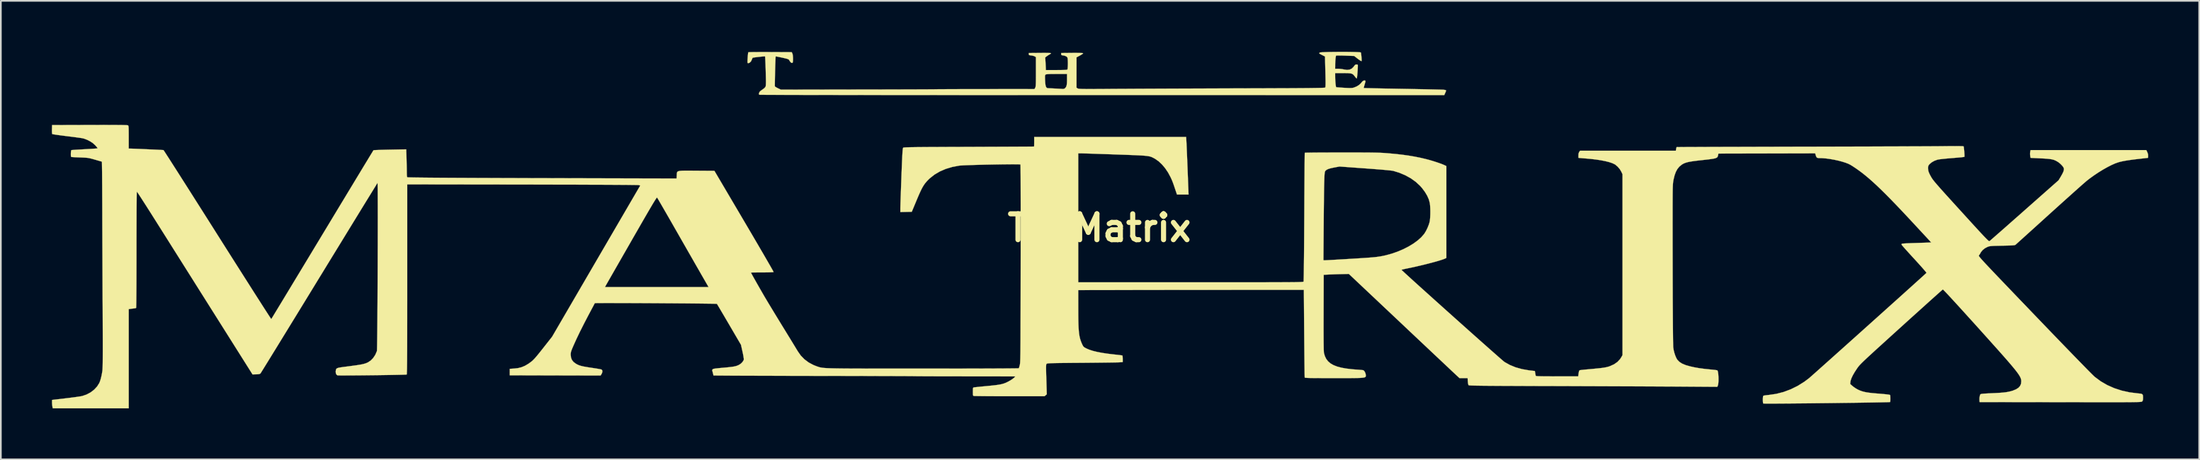
<source format=kicad_pcb>
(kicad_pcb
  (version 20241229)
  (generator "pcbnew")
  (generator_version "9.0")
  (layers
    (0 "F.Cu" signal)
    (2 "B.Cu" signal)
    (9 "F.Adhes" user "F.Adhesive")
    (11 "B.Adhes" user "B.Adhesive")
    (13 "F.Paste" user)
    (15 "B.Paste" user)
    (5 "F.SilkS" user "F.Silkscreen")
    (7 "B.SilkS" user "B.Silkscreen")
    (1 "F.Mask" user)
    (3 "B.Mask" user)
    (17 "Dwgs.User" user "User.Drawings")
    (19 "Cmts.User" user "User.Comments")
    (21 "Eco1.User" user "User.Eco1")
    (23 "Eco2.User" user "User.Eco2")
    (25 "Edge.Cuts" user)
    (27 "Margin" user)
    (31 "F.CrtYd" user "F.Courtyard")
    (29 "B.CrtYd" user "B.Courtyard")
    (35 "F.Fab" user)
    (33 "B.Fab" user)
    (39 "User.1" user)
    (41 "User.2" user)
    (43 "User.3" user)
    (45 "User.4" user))
  (footprint "TheMatrix"
    (layer "F.Cu")
    (at 61.621 10.372)
    (property "Reference" "TheMatrix" (at 0 0 0) (layer "F.SilkS") (effects (font (size 1.524 1.524) (thickness 0.3))))
    (attr through_hole)
    (fp_poly (pts (xy 14.56 -10.366) (xy 14.759 -10.364) (xy 14.94 -10.36) (xy 15.098 -10.356) (xy 15.227 -10.351) (xy 15.32 -10.344) (xy 15.372 -10.336) (xy 15.38 -10.331) (xy 15.391 -10.283) (xy 15.402 -10.204) (xy 15.412 -10.107) (xy 15.42 -10.007) (xy 15.425 -9.918) (xy 15.425 -9.851) (xy 15.42 -9.823) (xy 15.394 -9.83) (xy 15.337 -9.862) (xy 15.26 -9.916) (xy 15.194 -9.965) (xy 14.987 -10.127) (xy 14.464 -10.146) (xy 14.306 -10.151) (xy 14.165 -10.153) (xy 14.05 -10.154) (xy 13.969 -10.153) (xy 13.928 -10.15) (xy 13.925 -10.149) (xy 13.91 -10.11) (xy 13.897 -10.031) (xy 13.885 -9.922) (xy 13.876 -9.791) (xy 13.871 -9.65) (xy 13.871 -9.608) (xy 13.868 -9.373) (xy 14.04 -9.373) (xy 14.16 -9.367) (xy 14.294 -9.35) (xy 14.391 -9.331) (xy 14.569 -9.306) (xy 14.719 -9.323) (xy 14.845 -9.382) (xy 14.951 -9.486) (xy 14.984 -9.532) (xy 15.036 -9.597) (xy 15.088 -9.624) (xy 15.116 -9.627) (xy 15.171 -9.62) (xy 15.198 -9.607) (xy 15.202 -9.574) (xy 15.201 -9.501) (xy 15.197 -9.401) (xy 15.191 -9.282) (xy 15.182 -9.158) (xy 15.172 -9.037) (xy 15.162 -8.932) (xy 15.152 -8.853) (xy 15.144 -8.811) (xy 15.142 -8.807) (xy 15.118 -8.815) (xy 15.076 -8.856) (xy 15.038 -8.905) (xy 14.985 -8.975) (xy 14.937 -9.028) (xy 14.883 -9.066) (xy 14.818 -9.092) (xy 14.732 -9.107) (xy 14.617 -9.115) (xy 14.465 -9.118) (xy 14.332 -9.119) (xy 13.868 -9.119) (xy 13.869 -8.884) (xy 13.872 -8.765) (xy 13.879 -8.639) (xy 13.889 -8.517) (xy 13.9 -8.412) (xy 13.913 -8.333) (xy 13.925 -8.292) (xy 13.926 -8.29) (xy 13.954 -8.285) (xy 14.025 -8.278) (xy 14.129 -8.27) (xy 14.259 -8.261) (xy 14.388 -8.253) (xy 14.559 -8.244) (xy 14.689 -8.239) (xy 14.786 -8.239) (xy 14.861 -8.244) (xy 14.921 -8.253) (xy 14.969 -8.266) (xy 15.127 -8.329) (xy 15.27 -8.417) (xy 15.382 -8.521) (xy 15.411 -8.559) (xy 15.486 -8.643) (xy 15.564 -8.683) (xy 15.632 -8.678) (xy 15.648 -8.664) (xy 15.65 -8.632) (xy 15.638 -8.572) (xy 15.61 -8.475) (xy 15.605 -8.457) (xy 15.577 -8.362) (xy 15.558 -8.288) (xy 15.55 -8.246) (xy 15.551 -8.24) (xy 15.577 -8.238) (xy 15.651 -8.236) (xy 15.768 -8.232) (xy 15.925 -8.229) (xy 16.118 -8.224) (xy 16.344 -8.219) (xy 16.6 -8.214) (xy 16.88 -8.208) (xy 17.183 -8.203) (xy 17.504 -8.197) (xy 17.84 -8.191) (xy 17.845 -8.191) (xy 18.185 -8.185) (xy 18.512 -8.178) (xy 18.823 -8.172) (xy 19.114 -8.167) (xy 19.381 -8.161) (xy 19.62 -8.156) (xy 19.827 -8.151) (xy 19.999 -8.147) (xy 20.132 -8.143) (xy 20.222 -8.14) (xy 20.263 -8.137) (xy 20.337 -8.125) (xy 20.386 -8.108) (xy 20.396 -8.096) (xy 20.386 -8.058) (xy 20.361 -7.993) (xy 20.341 -7.946) (xy 20.286 -7.823) (xy 0.154 -7.824) (xy -0.856 -7.824) (xy -1.853 -7.824) (xy -2.837 -7.824) (xy -3.806 -7.824) (xy -4.759 -7.824) (xy -5.694 -7.825) (xy -6.611 -7.825) (xy -7.509 -7.825) (xy -8.385 -7.826) (xy -9.24 -7.826) (xy -10.071 -7.827) (xy -10.878 -7.827) (xy -11.658 -7.828) (xy -12.412 -7.828) (xy -13.138 -7.829) (xy -13.835 -7.829) (xy -14.5 -7.83) (xy -15.134 -7.831) (xy -15.735 -7.832) (xy -16.302 -7.832) (xy -16.834 -7.833) (xy -17.328 -7.834) (xy -17.785 -7.835) (xy -18.203 -7.836) (xy -18.581 -7.837) (xy -18.917 -7.837) (xy -19.21 -7.838) (xy -19.46 -7.839) (xy -19.664 -7.84) (xy -19.822 -7.841) (xy -19.933 -7.842) (xy -19.995 -7.843) (xy -20.008 -7.844) (xy -20.029 -7.884) (xy -20.021 -7.946) (xy -19.988 -8.012) (xy -19.972 -8.033) (xy -19.925 -8.074) (xy -19.854 -8.128) (xy -19.797 -8.166) (xy -19.713 -8.23) (xy -19.653 -8.297) (xy -19.637 -8.325) (xy -19.628 -8.358) (xy -19.622 -8.411) (xy -19.618 -8.489) (xy -19.616 -8.597) (xy -19.617 -8.739) (xy -19.621 -8.921) (xy -19.626 -9.146) (xy -19.629 -9.244) (xy -19.635 -9.445) (xy -19.641 -9.631) (xy -19.648 -9.794) (xy -19.654 -9.928) (xy -19.66 -10.028) (xy -19.665 -10.087) (xy -19.668 -10.101) (xy -19.696 -10.103) (xy -19.764 -10.099) (xy -19.86 -10.091) (xy -19.972 -10.08) (xy -20.09 -10.067) (xy -20.203 -10.053) (xy -20.299 -10.04) (xy -20.367 -10.029) (xy -20.395 -10.021) (xy -20.413 -9.992) (xy -20.438 -9.933) (xy -20.447 -9.905) (xy -20.495 -9.809) (xy -20.563 -9.739) (xy -20.639 -9.704) (xy -20.657 -9.703) (xy -20.678 -9.705) (xy -20.692 -9.718) (xy -20.699 -9.749) (xy -20.7 -9.807) (xy -20.697 -9.9) (xy -20.69 -10.014) (xy -20.682 -10.135) (xy -20.672 -10.238) (xy -20.662 -10.311) (xy -20.654 -10.344) (xy -20.653 -10.344) (xy -20.625 -10.348) (xy -20.551 -10.351) (xy -20.435 -10.354) (xy -20.284 -10.356) (xy -20.102 -10.357) (xy -19.893 -10.358) (xy -19.663 -10.358) (xy -19.416 -10.357) (xy -19.366 -10.357) (xy -18.098 -10.351) (xy -18.061 -10.274) (xy -18.042 -10.213) (xy -18.03 -10.122) (xy -18.023 -10.016) (xy -18.022 -9.909) (xy -18.027 -9.815) (xy -18.039 -9.749) (xy -18.05 -9.727) (xy -18.093 -9.715) (xy -18.147 -9.744) (xy -18.203 -9.808) (xy -18.23 -9.853) (xy -18.249 -9.888) (xy -18.271 -9.914) (xy -18.303 -9.935) (xy -18.355 -9.955) (xy -18.433 -9.976) (xy -18.546 -10.003) (xy -18.654 -10.027) (xy -18.786 -10.055) (xy -18.899 -10.078) (xy -18.984 -10.094) (xy -19.034 -10.101) (xy -19.042 -10.1) (xy -19.046 -10.072) (xy -19.051 -10.001) (xy -19.056 -9.893) (xy -19.061 -9.756) (xy -19.067 -9.597) (xy -19.072 -9.422) (xy -19.077 -9.24) (xy -19.082 -9.056) (xy -19.086 -8.879) (xy -19.089 -8.716) (xy -19.091 -8.573) (xy -19.092 -8.458) (xy -19.092 -8.378) (xy -19.09 -8.34) (xy -19.089 -8.338) (xy -19.061 -8.311) (xy -18.999 -8.272) (xy -18.916 -8.229) (xy -18.906 -8.224) (xy -18.736 -8.144) (xy -14.238 -8.152) (xy -13.763 -8.152) (xy -13.301 -8.153) (xy -12.855 -8.154) (xy -12.426 -8.155) (xy -12.019 -8.156) (xy -11.636 -8.157) (xy -11.278 -8.158) (xy -10.949 -8.159) (xy -10.652 -8.16) (xy -10.389 -8.161) (xy -10.162 -8.162) (xy -9.974 -8.163) (xy -9.828 -8.164) (xy -9.727 -8.165) (xy -9.673 -8.166) (xy -9.665 -8.166) (xy -9.63 -8.167) (xy -9.547 -8.168) (xy -9.42 -8.169) (xy -9.253 -8.17) (xy -9.048 -8.171) (xy -8.808 -8.172) (xy -8.538 -8.173) (xy -8.24 -8.174) (xy -7.917 -8.175) (xy -7.574 -8.175) (xy -7.212 -8.176) (xy -6.837 -8.176) (xy -6.705 -8.176) (xy -3.821 -8.179) (xy -3.777 -8.253) (xy -3.766 -8.277) (xy -3.756 -8.31) (xy -3.749 -8.356) (xy -3.743 -8.421) (xy -3.739 -8.51) (xy -3.736 -8.629) (xy -3.735 -8.783) (xy -3.734 -8.86) (xy -3.201 -8.86) (xy -3.197 -8.744) (xy -3.195 -8.697) (xy -3.186 -8.535) (xy -3.171 -8.418) (xy -3.151 -8.337) (xy -3.14 -8.312) (xy -3.108 -8.261) (xy -3.07 -8.236) (xy -3.006 -8.228) (xy -2.977 -8.227) (xy -2.911 -8.224) (xy -2.807 -8.22) (xy -2.677 -8.213) (xy -2.534 -8.206) (xy -2.39 -8.198) (xy -2.258 -8.191) (xy -2.151 -8.184) (xy -2.132 -8.183) (xy -2.06 -8.201) (xy -2.013 -8.236) (xy -1.97 -8.29) (xy -1.94 -8.354) (xy -1.92 -8.436) (xy -1.909 -8.546) (xy -1.905 -8.694) (xy -1.905 -8.752) (xy -1.905 -9.068) (xy -2.51 -9.068) (xy -2.714 -9.067) (xy -2.873 -9.065) (xy -2.991 -9.061) (xy -3.075 -9.055) (xy -3.129 -9.046) (xy -3.159 -9.035) (xy -3.161 -9.034) (xy -3.181 -9.015) (xy -3.193 -8.985) (xy -3.2 -8.937) (xy -3.201 -8.86) (xy -3.734 -8.86) (xy -3.734 -8.977) (xy -3.734 -9.192) (xy -3.734 -10.057) (xy -3.798 -10.099) (xy -3.86 -10.126) (xy -3.948 -10.148) (xy -4.008 -10.157) (xy -4.09 -10.168) (xy -4.133 -10.182) (xy -4.15 -10.205) (xy -4.153 -10.236) (xy -4.153 -10.3) (xy -3.499 -10.306) (xy -3.28 -10.308) (xy -3.103 -10.307) (xy -2.971 -10.304) (xy -2.885 -10.298) (xy -2.847 -10.29) (xy -2.845 -10.288) (xy -2.865 -10.261) (xy -2.916 -10.227) (xy -2.927 -10.221) (xy -3.002 -10.176) (xy -3.083 -10.12) (xy -3.099 -10.109) (xy -3.188 -10.039) (xy -3.171 -9.776) (xy -3.164 -9.652) (xy -3.158 -9.534) (xy -3.154 -9.441) (xy -3.152 -9.404) (xy -3.15 -9.296) (xy -2.532 -9.296) (xy -2.319 -9.297) (xy -2.152 -9.3) (xy -2.029 -9.304) (xy -1.945 -9.311) (xy -1.898 -9.32) (xy -1.885 -9.327) (xy -1.872 -9.364) (xy -1.863 -9.44) (xy -1.857 -9.543) (xy -1.854 -9.66) (xy -1.855 -9.779) (xy -1.859 -9.889) (xy -1.867 -9.976) (xy -1.878 -10.03) (xy -1.88 -10.034) (xy -1.943 -10.101) (xy -2.05 -10.144) (xy -2.134 -10.159) (xy -2.205 -10.171) (xy -2.238 -10.19) (xy -2.248 -10.225) (xy -2.248 -10.236) (xy -2.248 -10.3) (xy -1.615 -10.307) (xy -1.431 -10.308) (xy -1.268 -10.307) (xy -1.134 -10.304) (xy -1.033 -10.3) (xy -0.973 -10.294) (xy -0.958 -10.29) (xy -0.968 -10.267) (xy -1.018 -10.228) (xy -1.105 -10.176) (xy -1.14 -10.156) (xy -1.345 -10.046) (xy -1.346 -9.153) (xy -1.346 -8.261) (xy -1.28 -8.217) (xy -1.266 -8.21) (xy -1.245 -8.203) (xy -1.215 -8.197) (xy -1.173 -8.192) (xy -1.115 -8.189) (xy -1.038 -8.186) (xy -0.938 -8.183) (xy -0.813 -8.182) (xy -0.658 -8.181) (xy -0.471 -8.181) (xy -0.248 -8.182) (xy 0.013 -8.183) (xy 0.318 -8.185) (xy 0.668 -8.188) (xy 0.873 -8.189) (xy 1.116 -8.191) (xy 1.406 -8.192) (xy 1.739 -8.194) (xy 2.111 -8.196) (xy 2.518 -8.198) (xy 2.957 -8.2) (xy 3.424 -8.202) (xy 3.914 -8.204) (xy 4.424 -8.206) (xy 4.95 -8.208) (xy 5.489 -8.21) (xy 6.035 -8.212) (xy 6.586 -8.214) (xy 7.137 -8.216) (xy 7.685 -8.218) (xy 8.103 -8.219) (xy 8.72 -8.221) (xy 9.289 -8.222) (xy 9.811 -8.224) (xy 10.287 -8.226) (xy 10.72 -8.228) (xy 11.112 -8.229) (xy 11.464 -8.231) (xy 11.778 -8.233) (xy 12.056 -8.235) (xy 12.301 -8.237) (xy 12.513 -8.24) (xy 12.695 -8.242) (xy 12.848 -8.245) (xy 12.975 -8.247) (xy 13.077 -8.25) (xy 13.156 -8.253) (xy 13.214 -8.257) (xy 13.253 -8.26) (xy 13.275 -8.264) (xy 13.281 -8.267) (xy 13.29 -8.283) (xy 13.297 -8.316) (xy 13.301 -8.37) (xy 13.304 -8.449) (xy 13.305 -8.558) (xy 13.304 -8.703) (xy 13.3 -8.888) (xy 13.295 -9.117) (xy 13.293 -9.198) (xy 13.271 -10.096) (xy 13.112 -10.176) (xy 13.014 -10.225) (xy 12.957 -10.259) (xy 12.933 -10.283) (xy 12.938 -10.304) (xy 12.965 -10.327) (xy 12.965 -10.327) (xy 13.002 -10.336) (xy 13.081 -10.343) (xy 13.199 -10.35) (xy 13.348 -10.355) (xy 13.522 -10.36) (xy 13.715 -10.363) (xy 13.922 -10.365) (xy 14.136 -10.367) (xy 14.351 -10.367) (xy 14.56 -10.366)) (stroke (width 0.01) (type solid)) (fill yes) (layer "F.SilkS"))
    (fp_poly (pts (xy -58.214 -6.065) (xy -57.917 -6.064) (xy -57.67 -6.062) (xy -57.47 -6.06) (xy -57.319 -6.056) (xy -57.216 -6.052) (xy -57.159 -6.047) (xy -57.149 -6.044) (xy -57.134 -6.034) (xy -57.122 -6.017) (xy -57.114 -5.988) (xy -57.107 -5.94) (xy -57.103 -5.868) (xy -57.101 -5.765) (xy -57.1 -5.626) (xy -57.099 -5.445) (xy -57.099 -5.346) (xy -57.099 -4.674) (xy -57.029 -4.674) (xy -56.979 -4.673) (xy -56.887 -4.67) (xy -56.761 -4.665) (xy -56.608 -4.659) (xy -56.435 -4.652) (xy -56.247 -4.644) (xy -56.053 -4.635) (xy -55.858 -4.626) (xy -55.67 -4.618) (xy -55.495 -4.61) (xy -55.34 -4.602) (xy -55.212 -4.596) (xy -55.118 -4.59) (xy -55.064 -4.587) (xy -55.054 -4.586) (xy -55.038 -4.564) (xy -54.996 -4.501) (xy -54.93 -4.399) (xy -54.84 -4.259) (xy -54.727 -4.084) (xy -54.594 -3.876) (xy -54.441 -3.636) (xy -54.269 -3.367) (xy -54.079 -3.069) (xy -53.874 -2.746) (xy -53.653 -2.399) (xy -53.418 -2.029) (xy -53.171 -1.639) (xy -52.912 -1.231) (xy -52.643 -0.807) (xy -52.365 -0.368) (xy -52.079 0.084) (xy -51.879 0.401) (xy -51.588 0.861) (xy -51.305 1.308) (xy -51.03 1.742) (xy -50.764 2.161) (xy -50.509 2.562) (xy -50.266 2.945) (xy -50.036 3.306) (xy -49.821 3.645) (xy -49.621 3.959) (xy -49.437 4.246) (xy -49.272 4.505) (xy -49.125 4.734) (xy -48.999 4.93) (xy -48.894 5.092) (xy -48.812 5.218) (xy -48.754 5.306) (xy -48.721 5.354) (xy -48.713 5.364) (xy -48.699 5.341) (xy -48.659 5.276) (xy -48.596 5.172) (xy -48.51 5.03) (xy -48.402 4.852) (xy -48.274 4.641) (xy -48.126 4.398) (xy -47.961 4.124) (xy -47.779 3.823) (xy -47.581 3.496) (xy -47.369 3.144) (xy -47.143 2.771) (xy -46.905 2.377) (xy -46.656 1.965) (xy -46.397 1.536) (xy -46.13 1.093) (xy -45.855 0.638) (xy -45.708 0.394) (xy -45.429 -0.067) (xy -45.158 -0.517) (xy -44.894 -0.954) (xy -44.64 -1.375) (xy -44.396 -1.778) (xy -44.164 -2.163) (xy -43.944 -2.526) (xy -43.739 -2.866) (xy -43.548 -3.181) (xy -43.374 -3.47) (xy -43.217 -3.729) (xy -43.078 -3.957) (xy -42.96 -4.153) (xy -42.862 -4.314) (xy -42.786 -4.438) (xy -42.734 -4.524) (xy -42.706 -4.569) (xy -42.702 -4.576) (xy -42.673 -4.58) (xy -42.6 -4.585) (xy -42.487 -4.59) (xy -42.34 -4.596) (xy -42.165 -4.601) (xy -41.968 -4.606) (xy -41.754 -4.611) (xy -41.73 -4.611) (xy -40.775 -4.629) (xy -40.758 -4.089) (xy -40.753 -3.906) (xy -40.749 -3.72) (xy -40.745 -3.544) (xy -40.743 -3.392) (xy -40.742 -3.276) (xy -40.742 -3.272) (xy -40.74 -3.137) (xy -40.733 -3.048) (xy -40.722 -2.999) (xy -40.71 -2.986) (xy -40.679 -2.982) (xy -40.608 -2.979) (xy -40.496 -2.976) (xy -40.343 -2.973) (xy -40.148 -2.97) (xy -39.91 -2.967) (xy -39.629 -2.964) (xy -39.305 -2.961) (xy -38.936 -2.958) (xy -38.523 -2.955) (xy -38.065 -2.953) (xy -37.561 -2.95) (xy -37.011 -2.948) (xy -36.413 -2.945) (xy -35.769 -2.943) (xy -35.076 -2.94) (xy -34.335 -2.938) (xy -33.545 -2.935) (xy -32.706 -2.933) (xy -31.816 -2.931) (xy -31.544 -2.93) (xy -24.873 -2.913) (xy -24.862 -3.098) (xy -24.859 -3.164) (xy -24.856 -3.219) (xy -24.847 -3.264) (xy -24.829 -3.3) (xy -24.798 -3.327) (xy -24.748 -3.347) (xy -24.675 -3.361) (xy -24.576 -3.37) (xy -24.446 -3.374) (xy -24.279 -3.376) (xy -24.073 -3.375) (xy -23.823 -3.373) (xy -23.69 -3.372) (xy -22.647 -3.365) (xy -20.899 -0.398) (xy -20.689 -0.041) (xy -20.486 0.304) (xy -20.293 0.634) (xy -20.109 0.948) (xy -19.938 1.242) (xy -19.779 1.514) (xy -19.636 1.761) (xy -19.509 1.981) (xy -19.399 2.171) (xy -19.309 2.329) (xy -19.239 2.453) (xy -19.192 2.539) (xy -19.168 2.585) (xy -19.165 2.593) (xy -19.194 2.599) (xy -19.268 2.605) (xy -19.38 2.61) (xy -19.526 2.614) (xy -19.698 2.616) (xy -19.839 2.616) (xy -20.016 2.617) (xy -20.175 2.618) (xy -20.309 2.619) (xy -20.412 2.621) (xy -20.477 2.624) (xy -20.498 2.626) (xy -20.486 2.653) (xy -20.451 2.717) (xy -20.398 2.814) (xy -20.329 2.938) (xy -20.248 3.082) (xy -20.158 3.242) (xy -20.062 3.41) (xy -19.964 3.583) (xy -19.866 3.752) (xy -19.773 3.914) (xy -19.687 4.062) (xy -19.648 4.128) (xy -19.576 4.248) (xy -19.482 4.406) (xy -19.368 4.595) (xy -19.239 4.808) (xy -19.099 5.039) (xy -18.951 5.282) (xy -18.799 5.531) (xy -18.647 5.78) (xy -18.593 5.867) (xy -18.45 6.1) (xy -18.313 6.324) (xy -18.184 6.534) (xy -18.066 6.727) (xy -17.962 6.898) (xy -17.874 7.042) (xy -17.806 7.155) (xy -17.759 7.231) (xy -17.743 7.26) (xy -17.566 7.511) (xy -17.351 7.732) (xy -17.101 7.919) (xy -16.82 8.069) (xy -16.635 8.142) (xy -16.591 8.157) (xy -16.55 8.171) (xy -16.511 8.184) (xy -16.471 8.196) (xy -16.428 8.207) (xy -16.381 8.216) (xy -16.327 8.225) (xy -16.264 8.234) (xy -16.19 8.241) (xy -16.103 8.247) (xy -16 8.253) (xy -15.881 8.258) (xy -15.743 8.262) (xy -15.583 8.266) (xy -15.4 8.269) (xy -15.192 8.272) (xy -14.956 8.274) (xy -14.691 8.276) (xy -14.395 8.277) (xy -14.065 8.278) (xy -13.699 8.279) (xy -13.296 8.28) (xy -12.853 8.28) (xy -12.368 8.28) (xy -11.84 8.28) (xy -11.265 8.28) (xy -10.643 8.28) (xy -10.371 8.28) (xy -9.792 8.28) (xy -9.234 8.28) (xy -8.701 8.279) (xy -8.192 8.279) (xy -7.711 8.278) (xy -7.259 8.277) (xy -6.838 8.276) (xy -6.45 8.274) (xy -6.096 8.273) (xy -5.779 8.271) (xy -5.501 8.27) (xy -5.263 8.268) (xy -5.067 8.266) (xy -4.915 8.264) (xy -4.809 8.262) (xy -4.75 8.259) (xy -4.739 8.258) (xy -4.726 8.223) (xy -4.706 8.154) (xy -4.682 8.065) (xy -4.681 8.061) (xy -4.677 8.039) (xy -4.672 8.012) (xy -4.668 7.978) (xy -4.664 7.936) (xy -4.661 7.882) (xy -4.658 7.816) (xy -4.655 7.735) (xy -4.652 7.637) (xy -4.65 7.52) (xy -4.647 7.382) (xy -4.645 7.221) (xy -4.644 7.036) (xy -4.642 6.824) (xy -4.64 6.583) (xy -4.639 6.312) (xy -4.638 6.007) (xy -4.637 5.668) (xy -4.636 5.293) (xy -4.635 4.878) (xy -4.634 4.423) (xy -4.633 3.926) (xy -4.632 3.383) (xy -4.631 2.794) (xy -4.63 2.157) (xy -4.63 2.085) (xy -4.629 1.53) (xy -4.629 0.991) (xy -4.628 0.471) (xy -4.628 -0.03) (xy -4.628 -0.508) (xy -4.629 -0.962) (xy -4.629 -1.39) (xy -4.63 -1.789) (xy -4.631 -2.157) (xy -4.632 -2.492) (xy -4.633 -2.792) (xy -4.634 -3.054) (xy -4.636 -3.278) (xy -4.637 -3.46) (xy -4.639 -3.598) (xy -4.641 -3.691) (xy -4.643 -3.736) (xy -4.644 -3.739) (xy -4.674 -3.744) (xy -4.75 -3.748) (xy -4.867 -3.75) (xy -5.02 -3.751) (xy -5.203 -3.751) (xy -5.413 -3.749) (xy -5.643 -3.747) (xy -5.889 -3.743) (xy -6.146 -3.739) (xy -6.409 -3.734) (xy -6.673 -3.729) (xy -6.933 -3.722) (xy -7.184 -3.716) (xy -7.421 -3.709) (xy -7.638 -3.702) (xy -7.832 -3.695) (xy -7.997 -3.688) (xy -8.128 -3.68) (xy -8.219 -3.673) (xy -8.249 -3.67) (xy -8.657 -3.592) (xy -9.036 -3.478) (xy -9.383 -3.329) (xy -9.696 -3.145) (xy -9.972 -2.928) (xy -10.068 -2.836) (xy -10.158 -2.741) (xy -10.237 -2.648) (xy -10.31 -2.549) (xy -10.38 -2.438) (xy -10.451 -2.309) (xy -10.526 -2.155) (xy -10.61 -1.969) (xy -10.706 -1.745) (xy -10.753 -1.633) (xy -11.036 -0.953) (xy -11.709 -0.938) (xy -11.709 -1.136) (xy -11.708 -1.195) (xy -11.705 -1.301) (xy -11.701 -1.447) (xy -11.695 -1.63) (xy -11.688 -1.844) (xy -11.679 -2.084) (xy -11.67 -2.346) (xy -11.66 -2.625) (xy -11.649 -2.916) (xy -11.646 -3.009) (xy -11.633 -3.349) (xy -11.621 -3.641) (xy -11.611 -3.89) (xy -11.601 -4.098) (xy -11.593 -4.27) (xy -11.585 -4.408) (xy -11.578 -4.515) (xy -11.571 -4.597) (xy -11.563 -4.655) (xy -11.556 -4.694) (xy -11.548 -4.716) (xy -11.543 -4.724) (xy -11.534 -4.729) (xy -11.515 -4.734) (xy -11.485 -4.738) (xy -11.44 -4.742) (xy -11.379 -4.746) (xy -11.3 -4.749) (xy -11.199 -4.752) (xy -11.075 -4.755) (xy -10.925 -4.757) (xy -10.747 -4.76) (xy -10.539 -4.762) (xy -10.298 -4.764) (xy -10.021 -4.766) (xy -9.707 -4.767) (xy -9.354 -4.769) (xy -8.958 -4.771) (xy -8.517 -4.773) (xy -8.03 -4.774) (xy -7.676 -4.775) (xy -7.239 -4.777) (xy -6.817 -4.779) (xy -6.41 -4.78) (xy -6.024 -4.782) (xy -5.66 -4.783) (xy -5.321 -4.785) (xy -5.009 -4.786) (xy -4.729 -4.788) (xy -4.481 -4.789) (xy -4.27 -4.79) (xy -4.098 -4.792) (xy -3.968 -4.793) (xy -3.882 -4.794) (xy -3.844 -4.794) (xy -3.842 -4.795) (xy -3.839 -4.821) (xy -3.837 -4.887) (xy -3.836 -4.983) (xy -3.835 -5.08) (xy -3.835 -5.359) (xy 0.633 -5.359) (xy 5.101 -5.359) (xy 5.116 -5.124) (xy 5.12 -5.052) (xy 5.126 -4.936) (xy 5.133 -4.78) (xy 5.141 -4.591) (xy 5.15 -4.376) (xy 5.16 -4.14) (xy 5.17 -3.889) (xy 5.18 -3.629) (xy 5.182 -3.594) (xy 5.192 -3.336) (xy 5.201 -3.089) (xy 5.21 -2.858) (xy 5.218 -2.649) (xy 5.225 -2.467) (xy 5.231 -2.317) (xy 5.236 -2.207) (xy 5.238 -2.141) (xy 5.238 -2.134) (xy 5.245 -1.968) (xy 4.564 -1.968) (xy 4.457 -2.286) (xy 4.401 -2.453) (xy 4.356 -2.583) (xy 4.318 -2.687) (xy 4.284 -2.774) (xy 4.249 -2.856) (xy 4.209 -2.943) (xy 4.18 -3.004) (xy 4.036 -3.271) (xy 3.869 -3.518) (xy 3.685 -3.737) (xy 3.49 -3.921) (xy 3.29 -4.063) (xy 3.264 -4.078) (xy 3.205 -4.111) (xy 3.152 -4.139) (xy 3.1 -4.164) (xy 3.047 -4.186) (xy 2.988 -4.205) (xy 2.92 -4.221) (xy 2.838 -4.235) (xy 2.739 -4.247) (xy 2.619 -4.258) (xy 2.475 -4.268) (xy 2.302 -4.277) (xy 2.097 -4.287) (xy 1.855 -4.296) (xy 1.574 -4.307) (xy 1.248 -4.318) (xy 0.937 -4.329) (xy 0.629 -4.34) (xy 0.333 -4.35) (xy 0.053 -4.359) (xy -0.207 -4.368) (xy -0.442 -4.376) (xy -0.647 -4.382) (xy -0.819 -4.387) (xy -0.953 -4.391) (xy -1.045 -4.394) (xy -1.086 -4.394) (xy -1.245 -4.394) (xy -1.245 3.2) (xy 5.371 3.2) (xy 6.057 3.2) (xy 6.694 3.2) (xy 7.284 3.2) (xy 7.829 3.2) (xy 8.33 3.2) (xy 8.789 3.2) (xy 9.208 3.199) (xy 9.59 3.199) (xy 9.935 3.198) (xy 10.245 3.197) (xy 10.523 3.197) (xy 10.77 3.195) (xy 10.988 3.194) (xy 11.179 3.193) (xy 11.345 3.191) (xy 11.486 3.19) (xy 11.607 3.188) (xy 11.707 3.185) (xy 11.789 3.183) (xy 11.855 3.18) (xy 11.906 3.177) (xy 11.945 3.174) (xy 11.972 3.171) (xy 11.991 3.167) (xy 12.003 3.163) (xy 12.009 3.158) (xy 12.01 3.156) (xy 12.013 3.125) (xy 12.016 3.046) (xy 12.019 2.921) (xy 12.023 2.753) (xy 12.026 2.543) (xy 12.029 2.294) (xy 12.032 2.009) (xy 12.033 1.905) (xy 13.178 1.905) (xy 13.25 1.905) (xy 13.288 1.903) (xy 13.372 1.899) (xy 13.497 1.892) (xy 13.659 1.883) (xy 13.853 1.872) (xy 14.073 1.859) (xy 14.315 1.845) (xy 14.575 1.829) (xy 14.793 1.816) (xy 15.122 1.796) (xy 15.406 1.778) (xy 15.649 1.762) (xy 15.856 1.747) (xy 16.034 1.733) (xy 16.186 1.719) (xy 16.318 1.704) (xy 16.434 1.688) (xy 16.541 1.671) (xy 16.643 1.652) (xy 16.746 1.631) (xy 16.854 1.606) (xy 16.866 1.603) (xy 17.215 1.507) (xy 17.556 1.387) (xy 17.883 1.247) (xy 18.19 1.09) (xy 18.47 0.92) (xy 18.718 0.739) (xy 18.929 0.551) (xy 19.096 0.36) (xy 19.126 0.318) (xy 19.216 0.168) (xy 19.303 -0.01) (xy 19.376 -0.195) (xy 19.423 -0.347) (xy 19.443 -0.461) (xy 19.457 -0.612) (xy 19.465 -0.787) (xy 19.467 -0.973) (xy 19.463 -1.157) (xy 19.453 -1.326) (xy 19.436 -1.467) (xy 19.435 -1.472) (xy 19.38 -1.677) (xy 19.284 -1.896) (xy 19.151 -2.12) (xy 18.986 -2.342) (xy 18.867 -2.478) (xy 18.615 -2.712) (xy 18.323 -2.922) (xy 17.996 -3.103) (xy 17.64 -3.253) (xy 17.285 -3.362) (xy 17.225 -3.372) (xy 17.119 -3.385) (xy 16.968 -3.401) (xy 16.776 -3.419) (xy 16.546 -3.439) (xy 16.282 -3.46) (xy 15.986 -3.483) (xy 15.662 -3.507) (xy 15.628 -3.509) (xy 14.125 -3.618) (xy 13.817 -3.561) (xy 13.628 -3.522) (xy 13.485 -3.481) (xy 13.381 -3.435) (xy 13.311 -3.384) (xy 13.274 -3.333) (xy 13.266 -3.309) (xy 13.257 -3.27) (xy 13.25 -3.214) (xy 13.243 -3.139) (xy 13.237 -3.042) (xy 13.232 -2.92) (xy 13.227 -2.772) (xy 13.222 -2.594) (xy 13.217 -2.383) (xy 13.213 -2.138) (xy 13.209 -1.856) (xy 13.206 -1.534) (xy 13.202 -1.17) (xy 13.198 -0.762) (xy 13.195 -0.306) (xy 13.193 -0.108) (xy 13.178 1.905) (xy 12.033 1.905) (xy 12.036 1.69) (xy 12.039 1.339) (xy 12.042 0.958) (xy 12.045 0.551) (xy 12.047 0.12) (xy 12.05 -0.334) (xy 12.052 -0.648) (xy 12.054 -1.081) (xy 12.056 -1.5) (xy 12.058 -1.903) (xy 12.061 -2.286) (xy 12.063 -2.646) (xy 12.066 -2.982) (xy 12.068 -3.29) (xy 12.07 -3.567) (xy 12.072 -3.81) (xy 12.074 -4.017) (xy 12.076 -4.185) (xy 12.078 -4.311) (xy 12.08 -4.392) (xy 12.081 -4.425) (xy 12.082 -4.426) (xy 12.108 -4.429) (xy 12.182 -4.432) (xy 12.299 -4.434) (xy 12.456 -4.437) (xy 12.648 -4.439) (xy 12.873 -4.441) (xy 13.127 -4.442) (xy 13.405 -4.443) (xy 13.705 -4.444) (xy 14.022 -4.445) (xy 14.26 -4.445) (xy 14.651 -4.445) (xy 14.995 -4.445) (xy 15.297 -4.444) (xy 15.561 -4.443) (xy 15.791 -4.442) (xy 15.99 -4.44) (xy 16.164 -4.437) (xy 16.316 -4.434) (xy 16.451 -4.43) (xy 16.573 -4.425) (xy 16.685 -4.419) (xy 16.793 -4.412) (xy 16.9 -4.404) (xy 17.01 -4.395) (xy 17.021 -4.394) (xy 17.453 -4.354) (xy 17.844 -4.309) (xy 18.203 -4.259) (xy 18.542 -4.201) (xy 18.869 -4.136) (xy 19.195 -4.06) (xy 19.228 -4.051) (xy 19.413 -4.002) (xy 19.61 -3.944) (xy 19.805 -3.882) (xy 19.988 -3.82) (xy 20.148 -3.762) (xy 20.272 -3.71) (xy 20.293 -3.7) (xy 20.409 -3.645) (xy 20.409 1.765) (xy 20.319 1.807) (xy 20.23 1.843) (xy 20.097 1.887) (xy 19.929 1.939) (xy 19.73 1.995) (xy 19.509 2.055) (xy 19.271 2.116) (xy 19.023 2.178) (xy 18.772 2.237) (xy 18.525 2.294) (xy 18.288 2.345) (xy 18.136 2.376) (xy 18.009 2.402) (xy 17.9 2.426) (xy 17.819 2.446) (xy 17.776 2.461) (xy 17.772 2.463) (xy 17.788 2.482) (xy 17.84 2.532) (xy 17.925 2.612) (xy 18.04 2.718) (xy 18.184 2.85) (xy 18.354 3.005) (xy 18.547 3.18) (xy 18.761 3.374) (xy 18.993 3.583) (xy 19.242 3.807) (xy 19.504 4.043) (xy 19.777 4.289) (xy 20.059 4.542) (xy 20.347 4.801) (xy 20.639 5.062) (xy 20.932 5.325) (xy 21.224 5.586) (xy 21.513 5.844) (xy 21.796 6.097) (xy 22.071 6.342) (xy 22.334 6.576) (xy 22.585 6.799) (xy 22.82 7.007) (xy 23.036 7.199) (xy 23.233 7.372) (xy 23.406 7.525) (xy 23.553 7.654) (xy 23.673 7.758) (xy 23.763 7.835) (xy 23.82 7.882) (xy 23.838 7.895) (xy 24.147 8.067) (xy 24.485 8.205) (xy 24.856 8.309) (xy 25.263 8.38) (xy 25.349 8.391) (xy 25.616 8.421) (xy 25.638 8.548) (xy 25.652 8.627) (xy 25.664 8.688) (xy 25.669 8.706) (xy 25.681 8.713) (xy 25.716 8.72) (xy 25.778 8.725) (xy 25.869 8.729) (xy 25.993 8.732) (xy 26.154 8.735) (xy 26.355 8.736) (xy 26.599 8.737) (xy 26.891 8.738) (xy 26.922 8.738) (xy 28.165 8.738) (xy 28.181 8.617) (xy 28.197 8.506) (xy 28.212 8.436) (xy 28.23 8.397) (xy 28.255 8.377) (xy 28.277 8.371) (xy 28.318 8.365) (xy 28.401 8.356) (xy 28.52 8.343) (xy 28.664 8.329) (xy 28.828 8.314) (xy 28.918 8.306) (xy 29.162 8.283) (xy 29.361 8.263) (xy 29.524 8.245) (xy 29.657 8.227) (xy 29.767 8.208) (xy 29.86 8.188) (xy 29.944 8.165) (xy 30.026 8.138) (xy 30.035 8.134) (xy 30.274 8.026) (xy 30.473 7.887) (xy 30.632 7.716) (xy 30.717 7.582) (xy 30.772 7.48) (xy 30.772 -3.162) (xy 30.705 -3.306) (xy 30.613 -3.461) (xy 30.492 -3.604) (xy 30.358 -3.72) (xy 30.309 -3.751) (xy 30.17 -3.817) (xy 29.986 -3.878) (xy 29.76 -3.935) (xy 29.498 -3.986) (xy 29.204 -4.031) (xy 28.884 -4.068) (xy 28.715 -4.083) (xy 28.181 -4.128) (xy 28.178 -4.267) (xy 28.185 -4.378) (xy 28.212 -4.457) (xy 28.225 -4.477) (xy 28.274 -4.547) (xy 33.908 -4.547) (xy 33.925 -4.649) (xy 33.939 -4.715) (xy 33.953 -4.756) (xy 33.957 -4.761) (xy 33.983 -4.762) (xy 34.058 -4.762) (xy 34.18 -4.763) (xy 34.347 -4.765) (xy 34.556 -4.766) (xy 34.807 -4.767) (xy 35.095 -4.768) (xy 35.421 -4.77) (xy 35.781 -4.771) (xy 36.174 -4.772) (xy 36.597 -4.774) (xy 37.049 -4.775) (xy 37.528 -4.776) (xy 38.031 -4.778) (xy 38.557 -4.779) (xy 39.104 -4.781) (xy 39.669 -4.782) (xy 40.25 -4.783) (xy 40.846 -4.785) (xy 41.237 -4.786) (xy 41.856 -4.787) (xy 42.469 -4.788) (xy 43.074 -4.79) (xy 43.669 -4.791) (xy 44.25 -4.793) (xy 44.816 -4.795) (xy 45.363 -4.796) (xy 45.89 -4.798) (xy 46.394 -4.8) (xy 46.873 -4.801) (xy 47.324 -4.803) (xy 47.744 -4.805) (xy 48.131 -4.806) (xy 48.483 -4.808) (xy 48.798 -4.809) (xy 49.072 -4.811) (xy 49.304 -4.812) (xy 49.49 -4.814) (xy 49.629 -4.815) (xy 49.66 -4.816) (xy 49.955 -4.819) (xy 50.21 -4.82) (xy 50.425 -4.821) (xy 50.596 -4.819) (xy 50.723 -4.816) (xy 50.803 -4.812) (xy 50.835 -4.806) (xy 50.835 -4.806) (xy 50.845 -4.769) (xy 50.855 -4.695) (xy 50.866 -4.598) (xy 50.875 -4.489) (xy 50.882 -4.382) (xy 50.887 -4.287) (xy 50.887 -4.218) (xy 50.882 -4.187) (xy 50.882 -4.187) (xy 50.853 -4.181) (xy 50.78 -4.171) (xy 50.669 -4.159) (xy 50.527 -4.146) (xy 50.362 -4.132) (xy 50.179 -4.117) (xy 50.152 -4.115) (xy 49.959 -4.099) (xy 49.776 -4.082) (xy 49.61 -4.065) (xy 49.471 -4.049) (xy 49.365 -4.034) (xy 49.302 -4.022) (xy 49.301 -4.022) (xy 49.113 -3.953) (xy 48.949 -3.858) (xy 48.83 -3.754) (xy 48.775 -3.685) (xy 48.749 -3.621) (xy 48.743 -3.539) (xy 48.743 -3.537) (xy 48.748 -3.44) (xy 48.765 -3.349) (xy 48.798 -3.253) (xy 48.852 -3.139) (xy 48.926 -3.003) (xy 48.952 -2.959) (xy 48.981 -2.914) (xy 49.017 -2.862) (xy 49.062 -2.803) (xy 49.117 -2.734) (xy 49.185 -2.652) (xy 49.268 -2.555) (xy 49.369 -2.44) (xy 49.488 -2.304) (xy 49.63 -2.146) (xy 49.795 -1.962) (xy 49.986 -1.751) (xy 50.206 -1.509) (xy 50.455 -1.234) (xy 50.686 -0.981) (xy 50.959 -0.681) (xy 51.199 -0.417) (xy 51.41 -0.186) (xy 51.593 0.014) (xy 51.75 0.185) (xy 51.884 0.329) (xy 51.995 0.448) (xy 52.087 0.545) (xy 52.162 0.621) (xy 52.221 0.68) (xy 52.266 0.722) (xy 52.3 0.751) (xy 52.325 0.768) (xy 52.343 0.775) (xy 52.355 0.775) (xy 52.362 0.772) (xy 52.388 0.751) (xy 52.449 0.699) (xy 52.543 0.617) (xy 52.667 0.508) (xy 52.819 0.375) (xy 52.997 0.219) (xy 53.197 0.044) (xy 53.417 -0.15) (xy 53.654 -0.36) (xy 53.907 -0.583) (xy 54.172 -0.816) (xy 54.417 -1.034) (xy 56.422 -2.807) (xy 56.558 -3.033) (xy 56.647 -3.192) (xy 56.706 -3.317) (xy 56.735 -3.416) (xy 56.738 -3.494) (xy 56.735 -3.511) (xy 56.701 -3.58) (xy 56.637 -3.665) (xy 56.551 -3.755) (xy 56.457 -3.837) (xy 56.393 -3.883) (xy 56.303 -3.937) (xy 56.219 -3.981) (xy 56.131 -4.014) (xy 56.031 -4.04) (xy 55.912 -4.06) (xy 55.766 -4.075) (xy 55.584 -4.088) (xy 55.372 -4.099) (xy 54.775 -4.128) (xy 54.753 -4.25) (xy 54.743 -4.361) (xy 54.751 -4.467) (xy 54.753 -4.479) (xy 54.775 -4.585) (xy 61.582 -4.585) (xy 61.64 -4.47) (xy 61.685 -4.343) (xy 61.691 -4.242) (xy 61.684 -4.129) (xy 61.201 -4.074) (xy 60.901 -4.039) (xy 60.646 -4.005) (xy 60.43 -3.973) (xy 60.246 -3.94) (xy 60.089 -3.907) (xy 59.952 -3.871) (xy 59.945 -3.869) (xy 59.756 -3.803) (xy 59.537 -3.706) (xy 59.296 -3.583) (xy 59.041 -3.439) (xy 58.779 -3.278) (xy 58.518 -3.104) (xy 58.265 -2.922) (xy 58.09 -2.786) (xy 58.034 -2.739) (xy 57.943 -2.66) (xy 57.82 -2.553) (xy 57.669 -2.419) (xy 57.492 -2.262) (xy 57.292 -2.083) (xy 57.073 -1.886) (xy 56.836 -1.674) (xy 56.585 -1.448) (xy 56.323 -1.212) (xy 56.053 -0.968) (xy 55.878 -0.81) (xy 55.61 -0.567) (xy 55.352 -0.333) (xy 55.106 -0.11) (xy 54.876 0.098) (xy 54.663 0.29) (xy 54.471 0.464) (xy 54.302 0.617) (xy 54.157 0.747) (xy 54.041 0.852) (xy 53.956 0.929) (xy 53.903 0.976) (xy 53.887 0.991) (xy 53.865 1.002) (xy 53.825 1.012) (xy 53.764 1.02) (xy 53.674 1.026) (xy 53.552 1.032) (xy 53.391 1.036) (xy 53.186 1.041) (xy 53.114 1.042) (xy 52.9 1.047) (xy 52.731 1.051) (xy 52.598 1.055) (xy 52.497 1.061) (xy 52.42 1.068) (xy 52.361 1.077) (xy 52.312 1.089) (xy 52.267 1.104) (xy 52.246 1.112) (xy 52.092 1.192) (xy 51.959 1.298) (xy 51.86 1.417) (xy 51.838 1.457) (xy 51.795 1.534) (xy 51.751 1.598) (xy 51.739 1.613) (xy 51.734 1.62) (xy 51.732 1.628) (xy 51.733 1.64) (xy 51.74 1.656) (xy 51.754 1.679) (xy 51.777 1.71) (xy 51.809 1.75) (xy 51.853 1.802) (xy 51.909 1.866) (xy 51.98 1.944) (xy 52.066 2.038) (xy 52.17 2.149) (xy 52.292 2.279) (xy 52.434 2.43) (xy 52.598 2.603) (xy 52.785 2.799) (xy 52.996 3.02) (xy 53.233 3.268) (xy 53.498 3.545) (xy 53.791 3.851) (xy 54.114 4.189) (xy 54.47 4.559) (xy 54.858 4.964) (xy 55.006 5.118) (xy 55.373 5.501) (xy 55.729 5.871) (xy 56.071 6.227) (xy 56.398 6.566) (xy 56.709 6.888) (xy 57.001 7.19) (xy 57.273 7.471) (xy 57.524 7.729) (xy 57.752 7.963) (xy 57.955 8.171) (xy 58.131 8.351) (xy 58.28 8.501) (xy 58.399 8.62) (xy 58.487 8.706) (xy 58.541 8.758) (xy 58.552 8.767) (xy 58.902 9.027) (xy 59.285 9.249) (xy 59.698 9.432) (xy 60.138 9.575) (xy 60.605 9.678) (xy 61.094 9.739) (xy 61.119 9.741) (xy 61.239 9.753) (xy 61.318 9.771) (xy 61.364 9.806) (xy 61.385 9.864) (xy 61.391 9.955) (xy 61.392 10.006) (xy 61.387 10.104) (xy 61.372 10.167) (xy 61.341 10.211) (xy 61.334 10.217) (xy 61.326 10.223) (xy 61.313 10.228) (xy 61.294 10.232) (xy 61.267 10.237) (xy 61.229 10.24) (xy 61.178 10.244) (xy 61.112 10.247) (xy 61.03 10.249) (xy 60.928 10.251) (xy 60.804 10.253) (xy 60.657 10.255) (xy 60.485 10.256) (xy 60.284 10.257) (xy 60.053 10.258) (xy 59.791 10.258) (xy 59.493 10.258) (xy 59.159 10.258) (xy 58.787 10.258) (xy 58.373 10.258) (xy 57.916 10.257) (xy 57.414 10.256) (xy 56.865 10.256) (xy 56.534 10.255) (xy 51.778 10.249) (xy 51.77 10.147) (xy 51.768 10.036) (xy 51.78 9.928) (xy 51.802 9.839) (xy 51.823 9.797) (xy 51.841 9.784) (xy 51.875 9.773) (xy 51.931 9.764) (xy 52.016 9.756) (xy 52.133 9.748) (xy 52.29 9.739) (xy 52.492 9.73) (xy 52.514 9.729) (xy 52.779 9.716) (xy 53 9.703) (xy 53.185 9.687) (xy 53.342 9.668) (xy 53.477 9.644) (xy 53.598 9.616) (xy 53.713 9.583) (xy 53.73 9.577) (xy 53.918 9.501) (xy 54.059 9.411) (xy 54.156 9.305) (xy 54.212 9.179) (xy 54.228 9.037) (xy 54.227 8.989) (xy 54.221 8.94) (xy 54.21 8.89) (xy 54.192 8.835) (xy 54.164 8.775) (xy 54.127 8.706) (xy 54.077 8.628) (xy 54.014 8.537) (xy 53.936 8.433) (xy 53.841 8.312) (xy 53.727 8.174) (xy 53.593 8.015) (xy 53.438 7.834) (xy 53.259 7.629) (xy 53.055 7.398) (xy 52.825 7.139) (xy 52.566 6.85) (xy 52.278 6.528) (xy 51.959 6.173) (xy 51.712 5.898) (xy 51.416 5.569) (xy 51.136 5.261) (xy 50.876 4.973) (xy 50.636 4.709) (xy 50.417 4.469) (xy 50.221 4.255) (xy 50.05 4.07) (xy 49.905 3.913) (xy 49.788 3.789) (xy 49.699 3.697) (xy 49.642 3.639) (xy 49.616 3.617) (xy 49.615 3.617) (xy 49.593 3.636) (xy 49.535 3.686) (xy 49.444 3.767) (xy 49.322 3.875) (xy 49.172 4.01) (xy 48.995 4.168) (xy 48.794 4.348) (xy 48.572 4.549) (xy 48.33 4.767) (xy 48.071 5.001) (xy 47.796 5.248) (xy 47.509 5.508) (xy 47.212 5.777) (xy 47.169 5.816) (xy 46.818 6.134) (xy 46.502 6.42) (xy 46.22 6.677) (xy 45.969 6.905) (xy 45.747 7.106) (xy 45.553 7.284) (xy 45.384 7.439) (xy 45.238 7.573) (xy 45.114 7.689) (xy 45.008 7.789) (xy 44.919 7.874) (xy 44.846 7.946) (xy 44.785 8.008) (xy 44.735 8.061) (xy 44.693 8.108) (xy 44.658 8.149) (xy 44.628 8.188) (xy 44.6 8.226) (xy 44.575 8.262) (xy 44.431 8.48) (xy 44.317 8.678) (xy 44.236 8.851) (xy 44.188 8.994) (xy 44.178 9.054) (xy 44.164 9.185) (xy 44.301 9.306) (xy 44.397 9.38) (xy 44.514 9.457) (xy 44.615 9.514) (xy 44.727 9.565) (xy 44.841 9.608) (xy 44.964 9.643) (xy 45.103 9.673) (xy 45.266 9.698) (xy 45.461 9.721) (xy 45.695 9.742) (xy 45.845 9.754) (xy 46.045 9.771) (xy 46.214 9.786) (xy 46.35 9.801) (xy 46.447 9.815) (xy 46.5 9.827) (xy 46.508 9.831) (xy 46.52 9.874) (xy 46.527 9.947) (xy 46.53 10.036) (xy 46.529 10.125) (xy 46.523 10.199) (xy 46.513 10.243) (xy 46.51 10.248) (xy 46.48 10.251) (xy 46.404 10.254) (xy 46.283 10.258) (xy 46.123 10.261) (xy 45.925 10.266) (xy 45.694 10.27) (xy 45.433 10.275) (xy 45.145 10.279) (xy 44.835 10.284) (xy 44.504 10.289) (xy 44.157 10.294) (xy 43.798 10.298) (xy 43.429 10.303) (xy 43.054 10.308) (xy 42.677 10.312) (xy 42.3 10.316) (xy 41.928 10.32) (xy 41.564 10.324) (xy 41.211 10.327) (xy 40.873 10.33) (xy 40.553 10.333) (xy 40.254 10.335) (xy 39.981 10.337) (xy 39.736 10.338) (xy 39.523 10.339) (xy 39.346 10.339) (xy 39.207 10.338) (xy 39.11 10.337) (xy 39.06 10.335) (xy 39.053 10.334) (xy 39.039 10.296) (xy 39.031 10.224) (xy 39.028 10.132) (xy 39.029 10.037) (xy 39.035 9.952) (xy 39.046 9.896) (xy 39.053 9.882) (xy 39.087 9.87) (xy 39.162 9.856) (xy 39.264 9.842) (xy 39.383 9.83) (xy 39.816 9.767) (xy 40.247 9.656) (xy 40.669 9.498) (xy 41.077 9.297) (xy 41.466 9.054) (xy 41.732 8.854) (xy 41.769 8.823) (xy 41.84 8.76) (xy 41.944 8.669) (xy 42.078 8.55) (xy 42.239 8.407) (xy 42.425 8.24) (xy 42.635 8.053) (xy 42.865 7.847) (xy 43.114 7.625) (xy 43.379 7.387) (xy 43.658 7.138) (xy 43.948 6.878) (xy 44.248 6.609) (xy 44.555 6.334) (xy 44.866 6.055) (xy 45.18 5.773) (xy 45.493 5.492) (xy 45.805 5.212) (xy 46.112 4.936) (xy 46.412 4.666) (xy 46.703 4.405) (xy 46.983 4.153) (xy 47.249 3.914) (xy 47.499 3.688) (xy 47.731 3.48) (xy 47.942 3.289) (xy 48.13 3.119) (xy 48.293 2.972) (xy 48.429 2.849) (xy 48.534 2.753) (xy 48.608 2.685) (xy 48.647 2.649) (xy 48.653 2.642) (xy 48.64 2.619) (xy 48.595 2.563) (xy 48.523 2.477) (xy 48.427 2.366) (xy 48.31 2.234) (xy 48.176 2.085) (xy 48.028 1.922) (xy 47.945 1.831) (xy 47.789 1.662) (xy 47.644 1.502) (xy 47.513 1.357) (xy 47.399 1.231) (xy 47.307 1.127) (xy 47.24 1.05) (xy 47.202 1.004) (xy 47.195 0.994) (xy 47.183 0.952) (xy 47.211 0.927) (xy 47.213 0.926) (xy 47.249 0.921) (xy 47.329 0.914) (xy 47.446 0.907) (xy 47.593 0.9) (xy 47.763 0.893) (xy 47.949 0.887) (xy 47.981 0.886) (xy 48.174 0.88) (xy 48.355 0.874) (xy 48.518 0.869) (xy 48.654 0.864) (xy 48.755 0.86) (xy 48.815 0.858) (xy 48.818 0.858) (xy 48.931 0.851) (xy 47.919 -0.241) (xy 47.528 -0.661) (xy 47.168 -1.045) (xy 46.835 -1.394) (xy 46.527 -1.712) (xy 46.243 -2) (xy 45.979 -2.26) (xy 45.733 -2.496) (xy 45.502 -2.709) (xy 45.284 -2.902) (xy 45.076 -3.077) (xy 44.877 -3.236) (xy 44.683 -3.381) (xy 44.492 -3.516) (xy 44.301 -3.642) (xy 44.183 -3.715) (xy 44.053 -3.781) (xy 43.882 -3.846) (xy 43.68 -3.909) (xy 43.455 -3.968) (xy 43.218 -4.019) (xy 42.978 -4.061) (xy 42.744 -4.093) (xy 42.527 -4.111) (xy 42.402 -4.114) (xy 42.296 -4.117) (xy 42.229 -4.131) (xy 42.187 -4.164) (xy 42.157 -4.224) (xy 42.137 -4.286) (xy 42.105 -4.394) (xy 36.413 -4.381) (xy 36.392 -4.279) (xy 36.38 -4.229) (xy 36.363 -4.189) (xy 36.334 -4.155) (xy 36.289 -4.127) (xy 36.224 -4.103) (xy 36.132 -4.082) (xy 36.008 -4.062) (xy 35.848 -4.04) (xy 35.647 -4.017) (xy 35.466 -3.997) (xy 35.205 -3.968) (xy 34.989 -3.941) (xy 34.812 -3.915) (xy 34.667 -3.889) (xy 34.548 -3.86) (xy 34.45 -3.828) (xy 34.366 -3.792) (xy 34.29 -3.749) (xy 34.241 -3.716) (xy 34.108 -3.604) (xy 33.999 -3.469) (xy 33.909 -3.303) (xy 33.836 -3.102) (xy 33.776 -2.858) (xy 33.764 -2.794) (xy 33.756 -2.748) (xy 33.749 -2.699) (xy 33.743 -2.642) (xy 33.737 -2.575) (xy 33.733 -2.494) (xy 33.729 -2.395) (xy 33.726 -2.275) (xy 33.724 -2.131) (xy 33.722 -1.959) (xy 33.721 -1.755) (xy 33.72 -1.517) (xy 33.719 -1.24) (xy 33.719 -0.921) (xy 33.719 -0.557) (xy 33.718 -0.33) (xy 33.719 0.273) (xy 33.719 0.864) (xy 33.72 1.441) (xy 33.721 2.003) (xy 33.722 2.546) (xy 33.723 3.069) (xy 33.725 3.569) (xy 33.726 4.045) (xy 33.728 4.493) (xy 33.731 4.913) (xy 33.733 5.302) (xy 33.735 5.657) (xy 33.738 5.977) (xy 33.741 6.259) (xy 33.744 6.502) (xy 33.747 6.703) (xy 33.75 6.859) (xy 33.753 6.97) (xy 33.756 7.032) (xy 33.757 7.036) (xy 33.782 7.193) (xy 33.824 7.358) (xy 33.877 7.517) (xy 33.936 7.655) (xy 33.996 7.757) (xy 33.997 7.758) (xy 34.115 7.88) (xy 34.269 7.981) (xy 34.464 8.064) (xy 34.52 8.083) (xy 34.752 8.148) (xy 35.002 8.204) (xy 35.278 8.253) (xy 35.589 8.294) (xy 35.941 8.331) (xy 35.972 8.334) (xy 36.101 8.347) (xy 36.213 8.359) (xy 36.296 8.371) (xy 36.342 8.38) (xy 36.347 8.382) (xy 36.371 8.421) (xy 36.39 8.501) (xy 36.405 8.611) (xy 36.414 8.739) (xy 36.418 8.876) (xy 36.417 9.01) (xy 36.409 9.132) (xy 36.394 9.231) (xy 36.374 9.294) (xy 36.343 9.352) (xy 34.167 9.337) (xy 33.914 9.335) (xy 33.613 9.334) (xy 33.27 9.332) (xy 32.888 9.33) (xy 32.471 9.328) (xy 32.023 9.326) (xy 31.548 9.324) (xy 31.05 9.322) (xy 30.532 9.32) (xy 30 9.318) (xy 29.456 9.316) (xy 28.906 9.314) (xy 28.352 9.312) (xy 27.798 9.31) (xy 27.25 9.308) (xy 26.873 9.307) (xy 26.26 9.305) (xy 25.696 9.304) (xy 25.179 9.302) (xy 24.707 9.3) (xy 24.278 9.298) (xy 23.89 9.297) (xy 23.541 9.295) (xy 23.23 9.293) (xy 22.955 9.291) (xy 22.713 9.289) (xy 22.503 9.287) (xy 22.322 9.284) (xy 22.17 9.282) (xy 22.043 9.279) (xy 21.94 9.276) (xy 21.859 9.273) (xy 21.799 9.27) (xy 21.757 9.266) (xy 21.731 9.262) (xy 21.72 9.258) (xy 21.72 9.258) (xy 21.698 9.213) (xy 21.681 9.127) (xy 21.672 9.031) (xy 21.66 8.839) (xy 21.422 8.839) (xy 21.184 8.839) (xy 21.011 8.68) (xy 20.974 8.646) (xy 20.902 8.578) (xy 20.797 8.48) (xy 20.661 8.352) (xy 20.497 8.197) (xy 20.306 8.017) (xy 20.09 7.814) (xy 19.852 7.59) (xy 19.593 7.346) (xy 19.316 7.085) (xy 19.023 6.808) (xy 18.715 6.518) (xy 18.395 6.217) (xy 18.065 5.905) (xy 17.756 5.613) (xy 14.673 2.705) (xy 14.252 2.715) (xy 14.078 2.719) (xy 13.89 2.725) (xy 13.709 2.732) (xy 13.554 2.738) (xy 13.513 2.74) (xy 13.195 2.756) (xy 13.189 4.991) (xy 13.188 5.441) (xy 13.187 5.845) (xy 13.188 6.203) (xy 13.189 6.514) (xy 13.191 6.777) (xy 13.194 6.992) (xy 13.197 7.159) (xy 13.202 7.276) (xy 13.207 7.343) (xy 13.208 7.353) (xy 13.262 7.541) (xy 13.341 7.706) (xy 13.45 7.848) (xy 13.59 7.97) (xy 13.765 8.072) (xy 13.977 8.156) (xy 14.229 8.224) (xy 14.523 8.277) (xy 14.863 8.317) (xy 15.057 8.333) (xy 15.198 8.343) (xy 15.325 8.353) (xy 15.427 8.362) (xy 15.495 8.369) (xy 15.513 8.372) (xy 15.565 8.404) (xy 15.614 8.472) (xy 15.652 8.56) (xy 15.671 8.653) (xy 15.672 8.674) (xy 15.672 8.705) (xy 15.669 8.732) (xy 15.661 8.755) (xy 15.643 8.775) (xy 15.613 8.791) (xy 15.567 8.804) (xy 15.502 8.815) (xy 15.413 8.823) (xy 15.299 8.829) (xy 15.154 8.833) (xy 14.977 8.836) (xy 14.763 8.838) (xy 14.509 8.839) (xy 14.212 8.839) (xy 13.868 8.839) (xy 13.792 8.839) (xy 13.442 8.839) (xy 13.14 8.838) (xy 12.883 8.837) (xy 12.668 8.836) (xy 12.491 8.834) (xy 12.35 8.831) (xy 12.242 8.827) (xy 12.164 8.823) (xy 12.113 8.818) (xy 12.085 8.812) (xy 12.078 8.807) (xy 12.076 8.778) (xy 12.074 8.701) (xy 12.072 8.581) (xy 12.07 8.42) (xy 12.067 8.222) (xy 12.064 7.99) (xy 12.061 7.728) (xy 12.058 7.439) (xy 12.055 7.128) (xy 12.052 6.796) (xy 12.049 6.448) (xy 12.047 6.21) (xy 12.027 3.645) (xy 8.534 3.645) (xy 8.041 3.645) (xy 7.513 3.646) (xy 6.957 3.646) (xy 6.381 3.646) (xy 5.792 3.647) (xy 5.2 3.647) (xy 4.61 3.648) (xy 4.031 3.648) (xy 3.471 3.649) (xy 2.937 3.65) (xy 2.437 3.651) (xy 1.979 3.651) (xy 1.899 3.652) (xy -1.245 3.658) (xy -1.244 4.769) (xy -1.243 5.109) (xy -1.24 5.403) (xy -1.234 5.657) (xy -1.225 5.876) (xy -1.211 6.064) (xy -1.194 6.226) (xy -1.171 6.369) (xy -1.143 6.496) (xy -1.108 6.613) (xy -1.067 6.725) (xy -1.018 6.838) (xy -1.005 6.864) (xy -0.967 6.94) (xy -0.929 6.992) (xy -0.877 7.033) (xy -0.798 7.077) (xy -0.754 7.099) (xy -0.582 7.172) (xy -0.374 7.238) (xy -0.128 7.298) (xy 0.16 7.353) (xy 0.492 7.403) (xy 0.872 7.448) (xy 0.938 7.455) (xy 1.074 7.47) (xy 1.193 7.484) (xy 1.284 7.496) (xy 1.339 7.505) (xy 1.351 7.509) (xy 1.361 7.538) (xy 1.368 7.605) (xy 1.372 7.696) (xy 1.372 7.708) (xy 1.372 7.895) (xy 1.187 7.909) (xy 1.133 7.912) (xy 1.032 7.914) (xy 0.889 7.917) (xy 0.709 7.92) (xy 0.494 7.923) (xy 0.25 7.926) (xy -0.02 7.929) (xy -0.31 7.932) (xy -0.616 7.935) (xy -0.935 7.938) (xy -1.029 7.939) (xy -1.4 7.941) (xy -1.723 7.944) (xy -2.002 7.947) (xy -2.241 7.949) (xy -2.441 7.952) (xy -2.608 7.955) (xy -2.743 7.958) (xy -2.851 7.962) (xy -2.935 7.966) (xy -2.997 7.97) (xy -3.042 7.975) (xy -3.073 7.981) (xy -3.092 7.988) (xy -3.104 7.996) (xy -3.104 7.996) (xy -3.116 8.011) (xy -3.125 8.032) (xy -3.131 8.066) (xy -3.135 8.117) (xy -3.137 8.19) (xy -3.137 8.292) (xy -3.135 8.426) (xy -3.131 8.599) (xy -3.124 8.815) (xy -3.121 8.915) (xy -3.095 9.791) (xy -3.162 9.849) (xy -3.229 9.906) (xy -5.278 9.905) (xy -5.598 9.905) (xy -5.903 9.905) (xy -6.191 9.904) (xy -6.457 9.902) (xy -6.697 9.901) (xy -6.908 9.899) (xy -7.086 9.897) (xy -7.225 9.895) (xy -7.324 9.893) (xy -7.377 9.891) (xy -7.385 9.89) (xy -7.412 9.88) (xy -7.429 9.859) (xy -7.438 9.819) (xy -7.441 9.748) (xy -7.442 9.637) (xy -7.442 9.637) (xy -7.441 9.526) (xy -7.438 9.455) (xy -7.429 9.415) (xy -7.412 9.396) (xy -7.386 9.387) (xy -7.385 9.387) (xy -7.344 9.381) (xy -7.26 9.371) (xy -7.142 9.359) (xy -6.998 9.344) (xy -6.837 9.328) (xy -6.769 9.322) (xy -6.521 9.298) (xy -6.318 9.278) (xy -6.152 9.259) (xy -6.016 9.242) (xy -5.905 9.225) (xy -5.812 9.208) (xy -5.73 9.189) (xy -5.653 9.167) (xy -5.612 9.155) (xy -5.493 9.109) (xy -5.361 9.044) (xy -5.229 8.969) (xy -5.11 8.891) (xy -5.02 8.819) (xy -4.994 8.792) (xy -4.945 8.738) (xy -7.864 8.735) (xy -8.247 8.734) (xy -8.616 8.734) (xy -8.97 8.733) (xy -9.304 8.733) (xy -9.615 8.732) (xy -9.9 8.731) (xy -10.156 8.73) (xy -10.379 8.729) (xy -10.565 8.728) (xy -10.712 8.727) (xy -10.816 8.726) (xy -10.874 8.725) (xy -10.884 8.725) (xy -10.919 8.724) (xy -11.003 8.723) (xy -11.132 8.722) (xy -11.305 8.721) (xy -11.519 8.72) (xy -11.77 8.719) (xy -12.057 8.718) (xy -12.378 8.717) (xy -12.728 8.716) (xy -13.107 8.715) (xy -13.512 8.713) (xy -13.939 8.712) (xy -14.387 8.711) (xy -14.853 8.71) (xy -15.335 8.709) (xy -15.829 8.709) (xy -15.85 8.709) (xy -16.359 8.708) (xy -16.865 8.707) (xy -17.364 8.706) (xy -17.851 8.705) (xy -18.326 8.704) (xy -18.783 8.703) (xy -19.221 8.701) (xy -19.635 8.7) (xy -20.023 8.699) (xy -20.381 8.698) (xy -20.707 8.697) (xy -20.997 8.696) (xy -21.248 8.695) (xy -21.456 8.694) (xy -21.619 8.693) (xy -21.706 8.693) (xy -22.698 8.686) (xy -22.732 8.553) (xy -22.753 8.473) (xy -22.769 8.414) (xy -22.775 8.394) (xy -22.77 8.355) (xy -22.753 8.324) (xy -22.734 8.309) (xy -22.699 8.296) (xy -22.64 8.283) (xy -22.553 8.271) (xy -22.43 8.257) (xy -22.267 8.241) (xy -22.14 8.23) (xy -21.92 8.21) (xy -21.743 8.191) (xy -21.602 8.174) (xy -21.49 8.156) (xy -21.399 8.136) (xy -21.323 8.112) (xy -21.254 8.085) (xy -21.205 8.062) (xy -21.103 7.996) (xy -21.012 7.909) (xy -20.945 7.817) (xy -20.917 7.749) (xy -20.918 7.702) (xy -20.929 7.617) (xy -20.948 7.502) (xy -20.975 7.367) (xy -20.994 7.28) (xy -21.084 6.876) (xy -21.783 5.68) (xy -21.915 5.455) (xy -22.039 5.243) (xy -22.154 5.048) (xy -22.256 4.875) (xy -22.343 4.727) (xy -22.414 4.608) (xy -22.465 4.523) (xy -22.494 4.476) (xy -22.5 4.467) (xy -22.527 4.465) (xy -22.602 4.462) (xy -22.721 4.459) (xy -22.879 4.456) (xy -23.075 4.454) (xy -23.304 4.451) (xy -23.562 4.448) (xy -23.847 4.445) (xy -24.154 4.442) (xy -24.481 4.439) (xy -24.823 4.437) (xy -25.178 4.434) (xy -25.541 4.432) (xy -25.909 4.429) (xy -26.28 4.427) (xy -26.648 4.425) (xy -27.011 4.423) (xy -27.365 4.422) (xy -27.707 4.42) (xy -28.034 4.419) (xy -28.341 4.419) (xy -28.625 4.418) (xy -28.882 4.418) (xy -29.11 4.418) (xy -29.305 4.419) (xy -29.463 4.42) (xy -29.58 4.421) (xy -29.654 4.423) (xy -29.68 4.425) (xy -29.693 4.448) (xy -29.727 4.511) (xy -29.778 4.608) (xy -29.845 4.733) (xy -29.924 4.881) (xy -30.011 5.046) (xy -30.05 5.118) (xy -30.319 5.635) (xy -30.559 6.112) (xy -30.768 6.548) (xy -30.946 6.944) (xy -30.964 6.985) (xy -31.021 7.12) (xy -31.06 7.221) (xy -31.084 7.299) (xy -31.096 7.368) (xy -31.1 7.438) (xy -31.1 7.468) (xy -31.081 7.633) (xy -31.026 7.772) (xy -30.93 7.891) (xy -30.789 7.995) (xy -30.705 8.041) (xy -30.633 8.074) (xy -30.552 8.103) (xy -30.455 8.13) (xy -30.333 8.157) (xy -30.181 8.184) (xy -29.992 8.215) (xy -29.807 8.242) (xy -29.656 8.265) (xy -29.52 8.287) (xy -29.408 8.307) (xy -29.328 8.323) (xy -29.293 8.332) (xy -29.248 8.375) (xy -29.235 8.446) (xy -29.255 8.534) (xy -29.288 8.601) (xy -29.341 8.687) (xy -32.012 8.681) (xy -34.684 8.674) (xy -34.684 8.293) (xy -34.43 8.277) (xy -34.197 8.25) (xy -33.986 8.196) (xy -33.785 8.111) (xy -33.581 7.99) (xy -33.408 7.863) (xy -33.347 7.811) (xy -33.278 7.743) (xy -33.196 7.656) (xy -33.099 7.543) (xy -32.983 7.402) (xy -32.843 7.227) (xy -32.715 7.065) (xy -32.194 6.403) (xy -30.492 3.48) (xy -29.087 3.48) (xy -22.989 3.48) (xy -23.314 2.915) (xy -23.376 2.808) (xy -23.46 2.661) (xy -23.564 2.478) (xy -23.687 2.265) (xy -23.825 2.024) (xy -23.975 1.76) (xy -24.137 1.479) (xy -24.306 1.183) (xy -24.481 0.877) (xy -24.659 0.566) (xy -24.815 0.292) (xy -24.986 -0.006) (xy -25.149 -0.292) (xy -25.304 -0.562) (xy -25.449 -0.814) (xy -25.582 -1.044) (xy -25.7 -1.249) (xy -25.803 -1.427) (xy -25.888 -1.573) (xy -25.953 -1.685) (xy -25.998 -1.76) (xy -26.019 -1.795) (xy -26.02 -1.797) (xy -26.031 -1.792) (xy -26.053 -1.765) (xy -26.088 -1.715) (xy -26.136 -1.639) (xy -26.2 -1.537) (xy -26.28 -1.405) (xy -26.376 -1.242) (xy -26.491 -1.047) (xy -26.625 -0.817) (xy -26.779 -0.551) (xy -26.955 -0.246) (xy -27.152 0.098) (xy -27.374 0.483) (xy -27.471 0.652) (xy -27.66 0.983) (xy -27.844 1.304) (xy -28.021 1.612) (xy -28.188 1.904) (xy -28.344 2.177) (xy -28.488 2.428) (xy -28.617 2.654) (xy -28.73 2.851) (xy -28.825 3.018) (xy -28.901 3.15) (xy -28.955 3.245) (xy -28.986 3.3) (xy -28.99 3.307) (xy -29.087 3.48) (xy -30.492 3.48) (xy -29.601 1.95) (xy -27.007 -2.502) (xy -27.099 -2.525) (xy -27.133 -2.528) (xy -27.217 -2.53) (xy -27.348 -2.532) (xy -27.525 -2.534) (xy -27.747 -2.537) (xy -28.011 -2.539) (xy -28.317 -2.541) (xy -28.663 -2.543) (xy -29.048 -2.545) (xy -29.469 -2.547) (xy -29.925 -2.548) (xy -30.414 -2.55) (xy -30.936 -2.552) (xy -31.488 -2.553) (xy -32.069 -2.554) (xy -32.677 -2.556) (xy -33.311 -2.557) (xy -33.953 -2.558) (xy -40.716 -2.567) (xy -40.716 3.021) (xy -40.716 3.671) (xy -40.716 4.273) (xy -40.717 4.827) (xy -40.717 5.335) (xy -40.718 5.799) (xy -40.718 6.221) (xy -40.719 6.603) (xy -40.72 6.945) (xy -40.721 7.25) (xy -40.723 7.519) (xy -40.724 7.755) (xy -40.726 7.958) (xy -40.728 8.131) (xy -40.73 8.275) (xy -40.733 8.392) (xy -40.736 8.483) (xy -40.739 8.551) (xy -40.742 8.596) (xy -40.745 8.621) (xy -40.748 8.628) (xy -40.778 8.631) (xy -40.854 8.635) (xy -40.971 8.639) (xy -41.125 8.643) (xy -41.311 8.647) (xy -41.524 8.651) (xy -41.76 8.655) (xy -42.014 8.659) (xy -42.281 8.663) (xy -42.557 8.667) (xy -42.836 8.67) (xy -43.114 8.673) (xy -43.387 8.676) (xy -43.65 8.678) (xy -43.897 8.68) (xy -44.125 8.682) (xy -44.329 8.682) (xy -44.503 8.683) (xy -44.644 8.682) (xy -44.746 8.681) (xy -44.805 8.678) (xy -44.816 8.677) (xy -44.875 8.638) (xy -44.913 8.563) (xy -44.926 8.465) (xy -44.921 8.411) (xy -44.912 8.361) (xy -44.901 8.321) (xy -44.881 8.29) (xy -44.848 8.264) (xy -44.796 8.242) (xy -44.72 8.223) (xy -44.613 8.204) (xy -44.47 8.184) (xy -44.286 8.16) (xy -44.145 8.142) (xy -43.897 8.109) (xy -43.694 8.081) (xy -43.528 8.055) (xy -43.393 8.031) (xy -43.284 8.006) (xy -43.193 7.98) (xy -43.115 7.952) (xy -43.042 7.919) (xy -43.023 7.91) (xy -42.861 7.801) (xy -42.717 7.652) (xy -42.597 7.471) (xy -42.508 7.267) (xy -42.499 7.239) (xy -42.496 7.204) (xy -42.493 7.122) (xy -42.49 6.996) (xy -42.487 6.829) (xy -42.484 6.623) (xy -42.481 6.382) (xy -42.478 6.11) (xy -42.475 5.807) (xy -42.472 5.479) (xy -42.469 5.127) (xy -42.467 4.754) (xy -42.464 4.365) (xy -42.462 3.96) (xy -42.46 3.544) (xy -42.458 3.12) (xy -42.456 2.689) (xy -42.454 2.256) (xy -42.453 1.824) (xy -42.452 1.394) (xy -42.45 0.971) (xy -42.45 0.557) (xy -42.449 0.154) (xy -42.449 -0.233) (xy -42.448 -0.602) (xy -42.449 -0.95) (xy -42.449 -1.274) (xy -42.45 -1.572) (xy -42.451 -1.84) (xy -42.452 -2.075) (xy -42.453 -2.274) (xy -42.455 -2.434) (xy -42.458 -2.553) (xy -42.46 -2.628) (xy -42.463 -2.654) (xy -42.463 -2.654) (xy -42.479 -2.631) (xy -42.519 -2.566) (xy -42.584 -2.461) (xy -42.672 -2.318) (xy -42.782 -2.139) (xy -42.913 -1.926) (xy -43.064 -1.681) (xy -43.234 -1.405) (xy -43.421 -1.1) (xy -43.624 -0.768) (xy -43.843 -0.411) (xy -44.076 -0.031) (xy -44.322 0.371) (xy -44.58 0.793) (xy -44.849 1.232) (xy -45.128 1.687) (xy -45.416 2.157) (xy -45.71 2.639) (xy -45.899 2.946) (xy -46.198 3.436) (xy -46.49 3.913) (xy -46.775 4.379) (xy -47.051 4.829) (xy -47.316 5.262) (xy -47.571 5.677) (xy -47.813 6.072) (xy -48.042 6.445) (xy -48.256 6.794) (xy -48.454 7.117) (xy -48.636 7.412) (xy -48.8 7.679) (xy -48.944 7.913) (xy -49.069 8.115) (xy -49.172 8.282) (xy -49.253 8.412) (xy -49.31 8.504) (xy -49.342 8.555) (xy -49.349 8.565) (xy -49.386 8.589) (xy -49.447 8.605) (xy -49.544 8.614) (xy -49.603 8.616) (xy -49.815 8.623) (xy -52.047 5.08) (xy -52.314 4.657) (xy -52.587 4.223) (xy -52.865 3.783) (xy -53.143 3.341) (xy -53.42 2.9) (xy -53.694 2.466) (xy -53.961 2.042) (xy -54.22 1.631) (xy -54.467 1.239) (xy -54.699 0.87) (xy -54.915 0.527) (xy -55.112 0.214) (xy -55.287 -0.063) (xy -55.438 -0.302) (xy -55.442 -0.309) (xy -55.617 -0.586) (xy -55.784 -0.851) (xy -55.942 -1.099) (xy -56.088 -1.329) (xy -56.221 -1.536) (xy -56.338 -1.718) (xy -56.438 -1.872) (xy -56.518 -1.994) (xy -56.577 -2.081) (xy -56.613 -2.131) (xy -56.623 -2.143) (xy -56.625 -2.116) (xy -56.627 -2.042) (xy -56.629 -1.923) (xy -56.631 -1.762) (xy -56.633 -1.562) (xy -56.635 -1.325) (xy -56.637 -1.056) (xy -56.638 -0.757) (xy -56.639 -0.43) (xy -56.64 -0.079) (xy -56.641 0.293) (xy -56.642 0.684) (xy -56.642 1.09) (xy -56.642 1.283) (xy -56.642 1.752) (xy -56.643 2.195) (xy -56.644 2.608) (xy -56.645 2.991) (xy -56.646 3.341) (xy -56.648 3.656) (xy -56.65 3.934) (xy -56.652 4.173) (xy -56.654 4.37) (xy -56.657 4.525) (xy -56.66 4.634) (xy -56.663 4.696) (xy -56.665 4.71) (xy -56.703 4.722) (xy -56.771 4.734) (xy -56.811 4.739) (xy -56.905 4.75) (xy -56.993 4.762) (xy -57.017 4.765) (xy -57.099 4.778) (xy -57.099 10.617) (xy -61.567 10.617) (xy -61.589 10.509) (xy -61.602 10.418) (xy -61.609 10.309) (xy -61.61 10.262) (xy -61.608 10.124) (xy -60.802 10.029) (xy -60.596 10.004) (xy -60.4 9.979) (xy -60.22 9.955) (xy -60.065 9.933) (xy -59.942 9.914) (xy -59.858 9.899) (xy -59.836 9.894) (xy -59.578 9.806) (xy -59.342 9.68) (xy -59.134 9.521) (xy -58.961 9.335) (xy -58.831 9.129) (xy -58.786 9.018) (xy -58.74 8.868) (xy -58.698 8.693) (xy -58.663 8.505) (xy -58.646 8.395) (xy -58.642 8.348) (xy -58.638 8.279) (xy -58.634 8.184) (xy -58.632 8.063) (xy -58.629 7.913) (xy -58.627 7.732) (xy -58.626 7.518) (xy -58.625 7.269) (xy -58.625 6.982) (xy -58.625 6.656) (xy -58.626 6.288) (xy -58.627 5.877) (xy -58.629 5.421) (xy -58.631 4.916) (xy -58.632 4.648) (xy -58.635 4.184) (xy -58.637 3.705) (xy -58.639 3.216) (xy -58.641 2.724) (xy -58.643 2.233) (xy -58.645 1.749) (xy -58.647 1.278) (xy -58.649 0.826) (xy -58.65 0.398) (xy -58.652 -0.001) (xy -58.653 -0.364) (xy -58.654 -0.686) (xy -58.654 -0.902) (xy -58.655 -1.233) (xy -58.656 -1.56) (xy -58.658 -1.877) (xy -58.659 -2.18) (xy -58.66 -2.464) (xy -58.662 -2.723) (xy -58.663 -2.952) (xy -58.665 -3.146) (xy -58.666 -3.301) (xy -58.668 -3.41) (xy -58.668 -3.419) (xy -58.676 -3.904) (xy -59.075 -4.02) (xy -59.214 -4.06) (xy -59.325 -4.089) (xy -59.419 -4.111) (xy -59.509 -4.126) (xy -59.607 -4.136) (xy -59.725 -4.143) (xy -59.876 -4.15) (xy -59.969 -4.153) (xy -60.123 -4.159) (xy -60.26 -4.165) (xy -60.37 -4.171) (xy -60.447 -4.177) (xy -60.483 -4.182) (xy -60.484 -4.182) (xy -60.496 -4.214) (xy -60.503 -4.28) (xy -60.504 -4.364) (xy -60.5 -4.451) (xy -60.491 -4.527) (xy -60.479 -4.575) (xy -60.471 -4.584) (xy -60.438 -4.588) (xy -60.362 -4.594) (xy -60.247 -4.602) (xy -60.102 -4.611) (xy -59.933 -4.621) (xy -59.746 -4.632) (xy -59.691 -4.635) (xy -59.501 -4.646) (xy -59.328 -4.656) (xy -59.179 -4.666) (xy -59.06 -4.674) (xy -58.976 -4.681) (xy -58.935 -4.685) (xy -58.932 -4.686) (xy -58.939 -4.712) (xy -58.976 -4.762) (xy -59.032 -4.828) (xy -59.101 -4.899) (xy -59.174 -4.966) (xy -59.22 -5.004) (xy -59.371 -5.103) (xy -59.548 -5.192) (xy -59.726 -5.259) (xy -59.804 -5.28) (xy -59.86 -5.29) (xy -59.96 -5.305) (xy -60.095 -5.324) (xy -60.26 -5.346) (xy -60.446 -5.37) (xy -60.646 -5.395) (xy -60.753 -5.408) (xy -60.953 -5.433) (xy -61.136 -5.457) (xy -61.297 -5.479) (xy -61.43 -5.499) (xy -61.528 -5.515) (xy -61.586 -5.526) (xy -61.599 -5.531) (xy -61.608 -5.565) (xy -61.614 -5.638) (xy -61.616 -5.737) (xy -61.615 -5.806) (xy -61.608 -6.058) (xy -59.403 -6.064) (xy -58.956 -6.065) (xy -58.56 -6.066) (xy -58.214 -6.065)) (stroke (width 0.01) (type solid)) (fill yes) (layer "F.SilkS")))
  (gr_rect
    (start -3 -3)
    (end 126.317 23.994)
    (stroke (width 0.1) (type default))
    (fill no)
    (layer "Edge.Cuts")))
</source>
